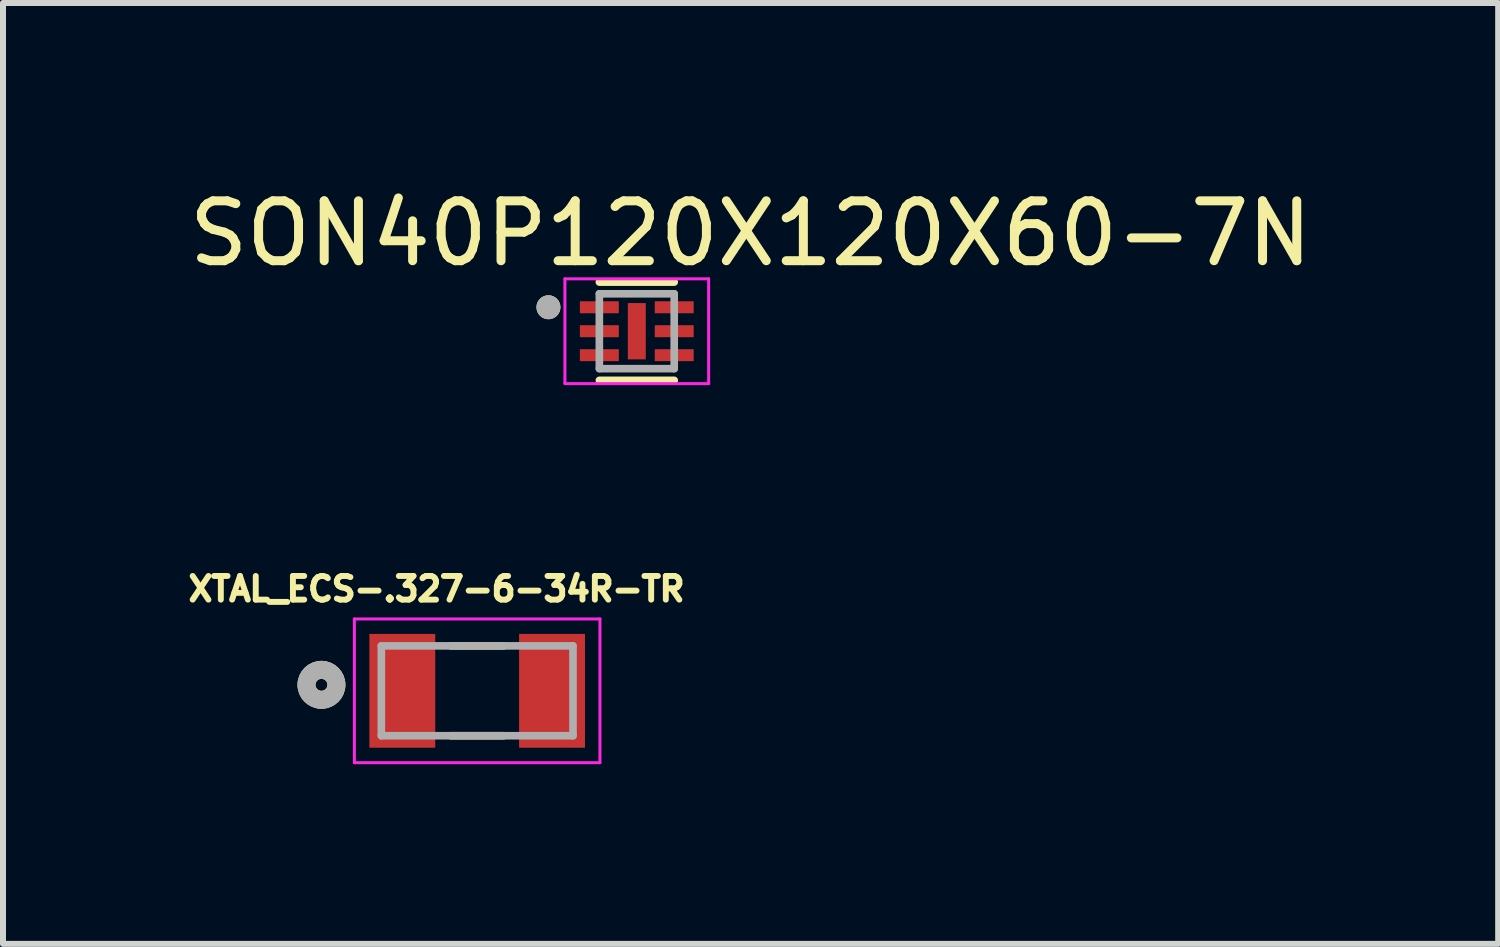
<source format=kicad_pcb>
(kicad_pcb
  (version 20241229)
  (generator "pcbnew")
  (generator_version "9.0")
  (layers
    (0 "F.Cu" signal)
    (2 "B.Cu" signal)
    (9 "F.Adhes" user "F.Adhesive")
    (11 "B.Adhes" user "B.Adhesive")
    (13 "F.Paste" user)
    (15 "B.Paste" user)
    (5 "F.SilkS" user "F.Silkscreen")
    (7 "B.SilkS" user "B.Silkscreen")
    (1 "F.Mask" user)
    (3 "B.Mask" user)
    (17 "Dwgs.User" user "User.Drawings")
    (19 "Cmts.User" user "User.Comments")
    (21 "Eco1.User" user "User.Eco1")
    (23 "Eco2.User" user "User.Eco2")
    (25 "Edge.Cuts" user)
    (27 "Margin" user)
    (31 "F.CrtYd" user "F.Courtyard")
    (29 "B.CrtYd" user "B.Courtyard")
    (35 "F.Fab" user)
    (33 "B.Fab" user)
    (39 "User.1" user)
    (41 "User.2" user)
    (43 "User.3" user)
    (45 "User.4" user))
  (footprint "XTAL_ECS-.327-6-34R-TR"
    (layer "F.Cu")
    (at 4.917 8.484)
    (property "Reference" "XTAL_ECS-.327-6-34R-TR" (at -0.678 -1.7 0) (layer "F.SilkS") (effects (font (size 0.395 0.395) (thickness 0.15))))
    (attr through_hole)
    (fp_line (start -0.44 -0.75) (end 0.44 -0.75) (stroke (width 0.127) (type solid)) (layer "F.SilkS"))
    (fp_line (start -0.44 0.75) (end 0.44 0.75) (stroke (width 0.127) (type solid)) (layer "F.SilkS"))
    (fp_circle (center -2.6 -0.1) (end -2.5 -0.1) (stroke (width 0.3) (type solid)) (fill no) (layer "F.SilkS"))
    (fp_line (start -2.05 -1.2) (end 2.05 -1.2) (stroke (width 0.05) (type solid)) (layer "F.CrtYd"))
    (fp_line (start -2.05 1.2) (end -2.05 -1.2) (stroke (width 0.05) (type solid)) (layer "F.CrtYd"))
    (fp_line (start 2.05 -1.2) (end 2.05 1.2) (stroke (width 0.05) (type solid)) (layer "F.CrtYd"))
    (fp_line (start 2.05 1.2) (end -2.05 1.2) (stroke (width 0.05) (type solid)) (layer "F.CrtYd"))
    (fp_line (start -1.6 -0.75) (end -1.6 0.75) (stroke (width 0.127) (type solid)) (layer "F.Fab"))
    (fp_line (start -1.6 0.75) (end 1.6 0.75) (stroke (width 0.127) (type solid)) (layer "F.Fab"))
    (fp_line (start 1.6 -0.75) (end -1.6 -0.75) (stroke (width 0.127) (type solid)) (layer "F.Fab"))
    (fp_line (start 1.6 0.75) (end 1.6 -0.75) (stroke (width 0.127) (type solid)) (layer "F.Fab"))
    (fp_circle (center -2.6 -0.1) (end -2.5 -0.1) (stroke (width 0.3) (type solid)) (fill no) (layer "F.Fab"))
    (pad "1" smd rect (at -1.25 0 180) (size 1.1 1.9) (layers "F.Cu" "F.Mask" "F.Paste"))
    (pad "2" smd rect (at 1.25 0 180) (size 1.1 1.9) (layers "F.Cu" "F.Mask" "F.Paste")))
  (footprint "SON40P120X120X60-7N"
    (layer "F.Cu")
    (at 7.582 2.48)
    (property "Reference" "SON40P120X120X60-7N" (at 1.9 -1.632 0) (layer "F.SilkS") (effects (font (size 1 1) (thickness 0.15))))
    (attr through_hole)
    (fp_line (start -0.625 -0.82) (end 0.625 -0.82) (stroke (width 0.127) (type solid)) (layer "F.SilkS"))
    (fp_line (start -0.625 0.82) (end 0.625 0.82) (stroke (width 0.127) (type solid)) (layer "F.SilkS"))
    (fp_circle (center -1.475 -0.4) (end -1.375 -0.4) (stroke (width 0.2) (type solid)) (fill no) (layer "F.SilkS"))
    (fp_poly (pts (xy -0.072 -0.392) (xy 0.072 -0.392) (xy 0.072 0.392) (xy -0.072 0.392)) (stroke (width 0.01) (type solid)) (fill yes) (layer "F.Paste"))
    (fp_line (start -1.2 -0.875) (end -1.2 0.875) (stroke (width 0.05) (type solid)) (layer "F.CrtYd"))
    (fp_line (start -1.2 -0.875) (end 1.2 -0.875) (stroke (width 0.05) (type solid)) (layer "F.CrtYd"))
    (fp_line (start -1.2 0.875) (end 1.2 0.875) (stroke (width 0.05) (type solid)) (layer "F.CrtYd"))
    (fp_line (start 1.2 -0.875) (end 1.2 0.875) (stroke (width 0.05) (type solid)) (layer "F.CrtYd"))
    (fp_line (start -0.625 -0.625) (end -0.625 0.625) (stroke (width 0.127) (type solid)) (layer "F.Fab"))
    (fp_line (start -0.625 -0.625) (end 0.625 -0.625) (stroke (width 0.127) (type solid)) (layer "F.Fab"))
    (fp_line (start -0.625 0.625) (end 0.625 0.625) (stroke (width 0.127) (type solid)) (layer "F.Fab"))
    (fp_line (start 0.625 -0.625) (end 0.625 0.625) (stroke (width 0.127) (type solid)) (layer "F.Fab"))
    (fp_circle (center -1.475 -0.4) (end -1.375 -0.4) (stroke (width 0.2) (type solid)) (fill no) (layer "F.Fab"))
    (pad "1" smd roundrect (at -0.625 -0.4) (size 0.65 0.2) (layers "F.Cu" "F.Mask" "F.Paste") (roundrect_rratio 0.03))
    (pad "2" smd roundrect (at -0.625 0) (size 0.65 0.2) (layers "F.Cu" "F.Mask" "F.Paste") (roundrect_rratio 0.03))
    (pad "3" smd roundrect (at -0.625 0.4) (size 0.65 0.2) (layers "F.Cu" "F.Mask" "F.Paste") (roundrect_rratio 0.03))
    (pad "4" smd roundrect (at 0.625 0.4) (size 0.65 0.2) (layers "F.Cu" "F.Mask" "F.Paste") (roundrect_rratio 0.03))
    (pad "5" smd roundrect (at 0.625 0) (size 0.65 0.2) (layers "F.Cu" "F.Mask" "F.Paste") (roundrect_rratio 0.03))
    (pad "6" smd roundrect (at 0.625 -0.4) (size 0.65 0.2) (layers "F.Cu" "F.Mask" "F.Paste") (roundrect_rratio 0.03))
    (pad "7" smd rect (at 0 0) (size 0.3 0.94) (layers "F.Cu" "F.Mask")))
  (gr_rect
    (start -3 -3)
    (end 21.964 12.709)
    (stroke (width 0.1) (type default))
    (fill no)
    (layer "Edge.Cuts")))
</source>
